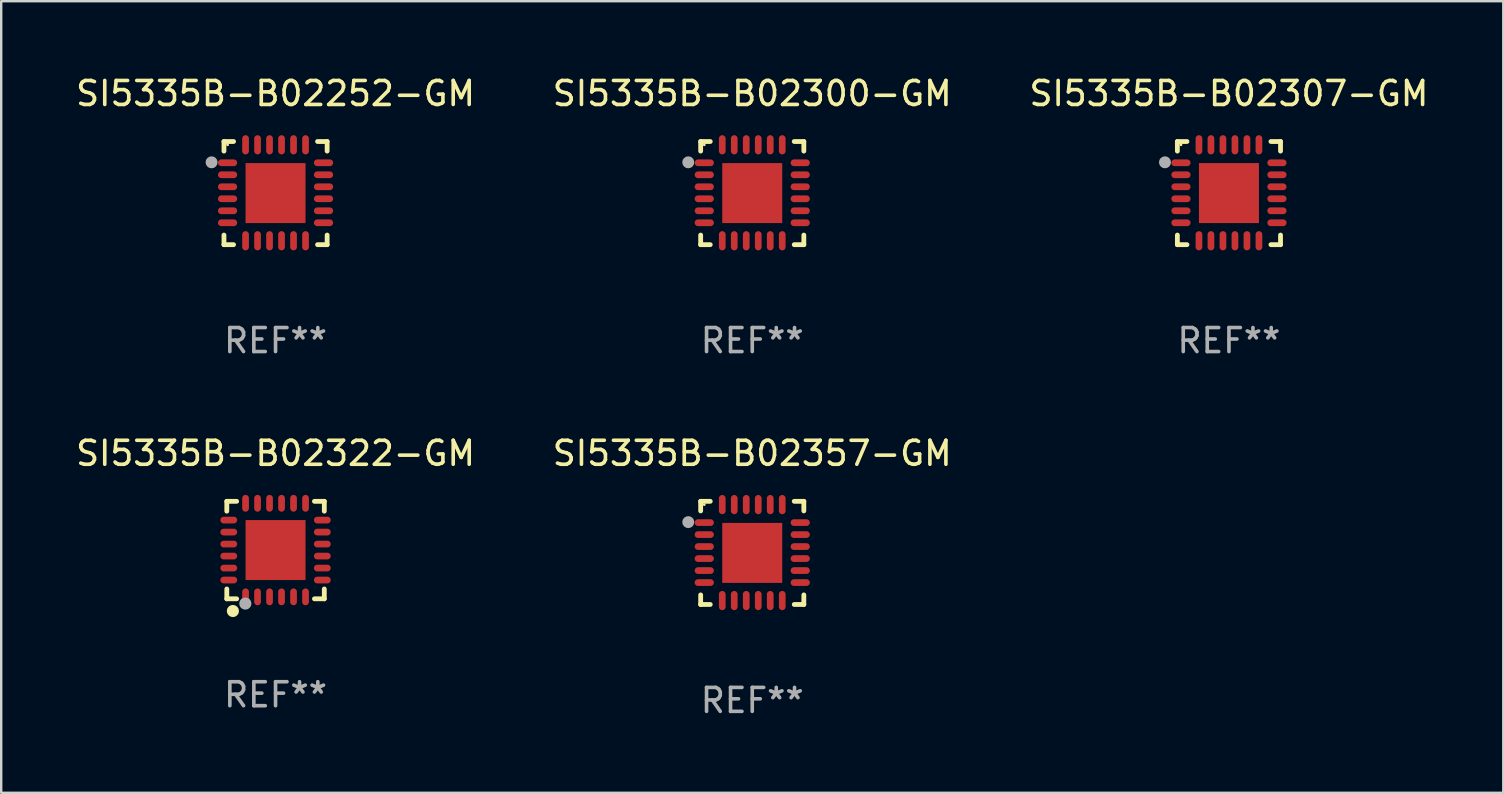
<source format=kicad_pcb>
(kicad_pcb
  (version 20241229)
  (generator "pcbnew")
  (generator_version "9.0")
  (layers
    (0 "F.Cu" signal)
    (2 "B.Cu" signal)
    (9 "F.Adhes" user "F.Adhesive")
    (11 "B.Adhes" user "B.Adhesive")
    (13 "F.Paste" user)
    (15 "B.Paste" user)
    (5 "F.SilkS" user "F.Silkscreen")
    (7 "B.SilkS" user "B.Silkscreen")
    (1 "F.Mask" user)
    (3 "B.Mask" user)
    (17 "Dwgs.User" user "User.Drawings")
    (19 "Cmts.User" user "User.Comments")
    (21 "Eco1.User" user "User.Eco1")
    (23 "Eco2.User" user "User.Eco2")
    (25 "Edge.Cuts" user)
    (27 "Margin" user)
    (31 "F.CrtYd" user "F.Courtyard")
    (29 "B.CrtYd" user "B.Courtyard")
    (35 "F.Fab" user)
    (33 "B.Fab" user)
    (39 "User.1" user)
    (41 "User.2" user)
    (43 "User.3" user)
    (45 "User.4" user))
  (footprint "SI5335B-B02300-GM"
    (layer "F.Cu")
    (at 28.304 4.998)
    (property "Reference" "SI5335B-B02300-GM" (at 0 -4.15 0) (layer "F.SilkS") (effects (font (size 1 1) (thickness 0.15))))
    (attr through_hole)
    (fp_line (start -2.15 -2.15) (end -1.75 -2.15) (stroke (width 0.2) (type solid)) (layer "F.SilkS"))
    (fp_line (start -2.15 -1.75) (end -2.15 -2.15) (stroke (width 0.2) (type solid)) (layer "F.SilkS"))
    (fp_line (start -2.15 2.15) (end -2.15 1.75) (stroke (width 0.2) (type solid)) (layer "F.SilkS"))
    (fp_line (start -1.75 2.15) (end -2.15 2.15) (stroke (width 0.2) (type solid)) (layer "F.SilkS"))
    (fp_line (start 1.75 -2.15) (end 2.15 -2.15) (stroke (width 0.2) (type solid)) (layer "F.SilkS"))
    (fp_line (start 1.75 2.15) (end 2.15 2.15) (stroke (width 0.2) (type solid)) (layer "F.SilkS"))
    (fp_line (start 2.15 -2.15) (end 2.15 -1.75) (stroke (width 0.2) (type solid)) (layer "F.SilkS"))
    (fp_line (start 2.15 2.15) (end 2.15 1.75) (stroke (width 0.2) (type solid)) (layer "F.SilkS"))
    (fp_circle (center -2 -2.013) (end -1.97 -2.013) (stroke (width 0.06) (type solid)) (fill no) (layer "F.SilkS"))
    (fp_circle (center -2.667 -1.283) (end -2.542 -1.283) (stroke (width 0.25) (type solid)) (fill no) (layer "F.Fab"))
    (fp_text user "REF**" (at 0 6.15 0) (layer "F.Fab") (effects (font (size 1 1) (thickness 0.15))))
    (pad "1" smd oval (at -2 -1.263) (size 0.8 0.28) (layers "F.Cu" "F.Mask" "F.Paste"))
    (pad "2" smd oval (at -2 -0.763) (size 0.8 0.28) (layers "F.Cu" "F.Mask" "F.Paste"))
    (pad "3" smd oval (at -2 -0.263) (size 0.8 0.28) (layers "F.Cu" "F.Mask" "F.Paste"))
    (pad "4" smd oval (at -2 0.237) (size 0.8 0.28) (layers "F.Cu" "F.Mask" "F.Paste"))
    (pad "5" smd oval (at -2 0.737) (size 0.8 0.28) (layers "F.Cu" "F.Mask" "F.Paste"))
    (pad "6" smd oval (at -2 1.237) (size 0.8 0.28) (layers "F.Cu" "F.Mask" "F.Paste"))
    (pad "7" smd oval (at -1.25 1.987) (size 0.28 0.8) (layers "F.Cu" "F.Mask" "F.Paste"))
    (pad "8" smd oval (at -0.75 1.987) (size 0.28 0.8) (layers "F.Cu" "F.Mask" "F.Paste"))
    (pad "9" smd oval (at -0.25 1.987) (size 0.28 0.8) (layers "F.Cu" "F.Mask" "F.Paste"))
    (pad "10" smd oval (at 0.25 1.987) (size 0.28 0.8) (layers "F.Cu" "F.Mask" "F.Paste"))
    (pad "11" smd oval (at 0.75 1.987) (size 0.28 0.8) (layers "F.Cu" "F.Mask" "F.Paste"))
    (pad "12" smd oval (at 1.25 1.987) (size 0.28 0.8) (layers "F.Cu" "F.Mask" "F.Paste"))
    (pad "13" smd oval (at 2 1.237) (size 0.8 0.28) (layers "F.Cu" "F.Mask" "F.Paste"))
    (pad "14" smd oval (at 2 0.737) (size 0.8 0.28) (layers "F.Cu" "F.Mask" "F.Paste"))
    (pad "15" smd oval (at 2 0.237) (size 0.8 0.28) (layers "F.Cu" "F.Mask" "F.Paste"))
    (pad "16" smd oval (at 2 -0.263) (size 0.8 0.28) (layers "F.Cu" "F.Mask" "F.Paste"))
    (pad "17" smd oval (at 2 -0.763) (size 0.8 0.28) (layers "F.Cu" "F.Mask" "F.Paste"))
    (pad "18" smd oval (at 2 -1.263) (size 0.8 0.28) (layers "F.Cu" "F.Mask" "F.Paste"))
    (pad "19" smd oval (at 1.25 -2.013) (size 0.28 0.8) (layers "F.Cu" "F.Mask" "F.Paste"))
    (pad "20" smd oval (at 0.75 -2.013) (size 0.28 0.8) (layers "F.Cu" "F.Mask" "F.Paste"))
    (pad "21" smd oval (at 0.25 -2.013) (size 0.28 0.8) (layers "F.Cu" "F.Mask" "F.Paste"))
    (pad "22" smd oval (at -0.25 -2.013) (size 0.28 0.8) (layers "F.Cu" "F.Mask" "F.Paste"))
    (pad "23" smd oval (at -0.75 -2.013) (size 0.28 0.8) (layers "F.Cu" "F.Mask" "F.Paste"))
    (pad "24" smd oval (at -1.25 -2.013) (size 0.28 0.8) (layers "F.Cu" "F.Mask" "F.Paste"))
    (pad "25" smd rect (at -0.000127 -0.00014) (size 2.5 2.5) (layers "F.Cu" "F.Mask" "F.Paste")))
  (footprint "SI5335B-B02307-GM"
    (layer "F.Cu")
    (at 48.173 4.998)
    (property "Reference" "SI5335B-B02307-GM" (at 0 -4.15 0) (layer "F.SilkS") (effects (font (size 1 1) (thickness 0.15))))
    (attr through_hole)
    (fp_line (start -2.15 -2.15) (end -1.75 -2.15) (stroke (width 0.2) (type solid)) (layer "F.SilkS"))
    (fp_line (start -2.15 -1.75) (end -2.15 -2.15) (stroke (width 0.2) (type solid)) (layer "F.SilkS"))
    (fp_line (start -2.15 2.15) (end -2.15 1.75) (stroke (width 0.2) (type solid)) (layer "F.SilkS"))
    (fp_line (start -1.75 2.15) (end -2.15 2.15) (stroke (width 0.2) (type solid)) (layer "F.SilkS"))
    (fp_line (start 1.75 -2.15) (end 2.15 -2.15) (stroke (width 0.2) (type solid)) (layer "F.SilkS"))
    (fp_line (start 1.75 2.15) (end 2.15 2.15) (stroke (width 0.2) (type solid)) (layer "F.SilkS"))
    (fp_line (start 2.15 -2.15) (end 2.15 -1.75) (stroke (width 0.2) (type solid)) (layer "F.SilkS"))
    (fp_line (start 2.15 2.15) (end 2.15 1.75) (stroke (width 0.2) (type solid)) (layer "F.SilkS"))
    (fp_circle (center -2 -2.013) (end -1.97 -2.013) (stroke (width 0.06) (type solid)) (fill no) (layer "F.SilkS"))
    (fp_circle (center -2.667 -1.283) (end -2.542 -1.283) (stroke (width 0.25) (type solid)) (fill no) (layer "F.Fab"))
    (fp_text user "REF**" (at 0 6.15 0) (layer "F.Fab") (effects (font (size 1 1) (thickness 0.15))))
    (pad "1" smd oval (at -2 -1.263) (size 0.8 0.28) (layers "F.Cu" "F.Mask" "F.Paste"))
    (pad "2" smd oval (at -2 -0.763) (size 0.8 0.28) (layers "F.Cu" "F.Mask" "F.Paste"))
    (pad "3" smd oval (at -2 -0.263) (size 0.8 0.28) (layers "F.Cu" "F.Mask" "F.Paste"))
    (pad "4" smd oval (at -2 0.237) (size 0.8 0.28) (layers "F.Cu" "F.Mask" "F.Paste"))
    (pad "5" smd oval (at -2 0.737) (size 0.8 0.28) (layers "F.Cu" "F.Mask" "F.Paste"))
    (pad "6" smd oval (at -2 1.237) (size 0.8 0.28) (layers "F.Cu" "F.Mask" "F.Paste"))
    (pad "7" smd oval (at -1.25 1.987) (size 0.28 0.8) (layers "F.Cu" "F.Mask" "F.Paste"))
    (pad "8" smd oval (at -0.75 1.987) (size 0.28 0.8) (layers "F.Cu" "F.Mask" "F.Paste"))
    (pad "9" smd oval (at -0.25 1.987) (size 0.28 0.8) (layers "F.Cu" "F.Mask" "F.Paste"))
    (pad "10" smd oval (at 0.25 1.987) (size 0.28 0.8) (layers "F.Cu" "F.Mask" "F.Paste"))
    (pad "11" smd oval (at 0.75 1.987) (size 0.28 0.8) (layers "F.Cu" "F.Mask" "F.Paste"))
    (pad "12" smd oval (at 1.25 1.987) (size 0.28 0.8) (layers "F.Cu" "F.Mask" "F.Paste"))
    (pad "13" smd oval (at 2 1.237) (size 0.8 0.28) (layers "F.Cu" "F.Mask" "F.Paste"))
    (pad "14" smd oval (at 2 0.737) (size 0.8 0.28) (layers "F.Cu" "F.Mask" "F.Paste"))
    (pad "15" smd oval (at 2 0.237) (size 0.8 0.28) (layers "F.Cu" "F.Mask" "F.Paste"))
    (pad "16" smd oval (at 2 -0.263) (size 0.8 0.28) (layers "F.Cu" "F.Mask" "F.Paste"))
    (pad "17" smd oval (at 2 -0.763) (size 0.8 0.28) (layers "F.Cu" "F.Mask" "F.Paste"))
    (pad "18" smd oval (at 2 -1.263) (size 0.8 0.28) (layers "F.Cu" "F.Mask" "F.Paste"))
    (pad "19" smd oval (at 1.25 -2.013) (size 0.28 0.8) (layers "F.Cu" "F.Mask" "F.Paste"))
    (pad "20" smd oval (at 0.75 -2.013) (size 0.28 0.8) (layers "F.Cu" "F.Mask" "F.Paste"))
    (pad "21" smd oval (at 0.25 -2.013) (size 0.28 0.8) (layers "F.Cu" "F.Mask" "F.Paste"))
    (pad "22" smd oval (at -0.25 -2.013) (size 0.28 0.8) (layers "F.Cu" "F.Mask" "F.Paste"))
    (pad "23" smd oval (at -0.75 -2.013) (size 0.28 0.8) (layers "F.Cu" "F.Mask" "F.Paste"))
    (pad "24" smd oval (at -1.25 -2.013) (size 0.28 0.8) (layers "F.Cu" "F.Mask" "F.Paste"))
    (pad "25" smd rect (at -0.000127 -0.00014) (size 2.5 2.5) (layers "F.Cu" "F.Mask" "F.Paste")))
  (footprint "SI5335B-B02322-GM"
    (layer "F.Cu")
    (at 8.435 19.877)
    (property "Reference" "SI5335B-B02322-GM" (at 0 -4.032 0) (layer "F.SilkS") (effects (font (size 1 1) (thickness 0.15))))
    (attr through_hole)
    (fp_line (start -2.032 -2.032) (end -1.621 -2.032) (stroke (width 0.2) (type solid)) (layer "F.SilkS"))
    (fp_line (start -2.032 -1.621) (end -2.032 -2.032) (stroke (width 0.2) (type solid)) (layer "F.SilkS"))
    (fp_line (start -2.032 2.032) (end -2.032 1.621) (stroke (width 0.2) (type solid)) (layer "F.SilkS"))
    (fp_line (start -1.621 2.032) (end -2.032 2.032) (stroke (width 0.2) (type solid)) (layer "F.SilkS"))
    (fp_line (start 1.621 -2.032) (end 2.032 -2.032) (stroke (width 0.2) (type solid)) (layer "F.SilkS"))
    (fp_line (start 2.032 -2.032) (end 2.032 -1.621) (stroke (width 0.2) (type solid)) (layer "F.SilkS"))
    (fp_line (start 2.032 1.621) (end 2.032 2.032) (stroke (width 0.2) (type solid)) (layer "F.SilkS"))
    (fp_line (start 2.032 2.032) (end 1.621 2.032) (stroke (width 0.2) (type solid)) (layer "F.SilkS"))
    (fp_circle (center -2 2) (end -1.97 2) (stroke (width 0.06) (type solid)) (fill no) (layer "F.SilkS"))
    (fp_circle (center -1.778 2.54) (end -1.651 2.54) (stroke (width 0.254) (type solid)) (fill no) (layer "F.SilkS"))
    (fp_circle (center -1.26 2.23) (end -1.133 2.23) (stroke (width 0.254) (type solid)) (fill no) (layer "F.Fab"))
    (fp_text user "REF**" (at 0 6.032 0) (layer "F.Fab") (effects (font (size 1 1) (thickness 0.15))))
    (pad "1" smd oval (at -1.25 1.95 180) (size 0.28 0.7) (layers "F.Cu" "F.Mask" "F.Paste"))
    (pad "2" smd oval (at -0.75 1.95 180) (size 0.28 0.7) (layers "F.Cu" "F.Mask" "F.Paste"))
    (pad "3" smd oval (at -0.25 1.95 180) (size 0.28 0.7) (layers "F.Cu" "F.Mask" "F.Paste"))
    (pad "4" smd oval (at 0.25 1.95 180) (size 0.28 0.7) (layers "F.Cu" "F.Mask" "F.Paste"))
    (pad "5" smd oval (at 0.75 1.95 180) (size 0.28 0.7) (layers "F.Cu" "F.Mask" "F.Paste"))
    (pad "6" smd oval (at 1.25 1.95 180) (size 0.28 0.7) (layers "F.Cu" "F.Mask" "F.Paste"))
    (pad "7" smd oval (at 1.95 1.25 270) (size 0.28 0.7) (layers "F.Cu" "F.Mask" "F.Paste"))
    (pad "8" smd oval (at 1.95 0.75 270) (size 0.28 0.7) (layers "F.Cu" "F.Mask" "F.Paste"))
    (pad "9" smd oval (at 1.95 0.25 270) (size 0.28 0.7) (layers "F.Cu" "F.Mask" "F.Paste"))
    (pad "10" smd oval (at 1.95 -0.25 270) (size 0.28 0.7) (layers "F.Cu" "F.Mask" "F.Paste"))
    (pad "11" smd oval (at 1.95 -0.75 270) (size 0.28 0.7) (layers "F.Cu" "F.Mask" "F.Paste"))
    (pad "12" smd oval (at 1.95 -1.25 270) (size 0.28 0.7) (layers "F.Cu" "F.Mask" "F.Paste"))
    (pad "13" smd oval (at 1.25 -1.95) (size 0.28 0.7) (layers "F.Cu" "F.Mask" "F.Paste"))
    (pad "14" smd oval (at 0.75 -1.95) (size 0.28 0.7) (layers "F.Cu" "F.Mask" "F.Paste"))
    (pad "15" smd oval (at 0.25 -1.95) (size 0.28 0.7) (layers "F.Cu" "F.Mask" "F.Paste"))
    (pad "16" smd oval (at -0.25 -1.95) (size 0.28 0.7) (layers "F.Cu" "F.Mask" "F.Paste"))
    (pad "17" smd oval (at -0.75 -1.95) (size 0.28 0.7) (layers "F.Cu" "F.Mask" "F.Paste"))
    (pad "18" smd oval (at -1.25 -1.95) (size 0.28 0.7) (layers "F.Cu" "F.Mask" "F.Paste"))
    (pad "19" smd oval (at -1.95 -1.25 90) (size 0.28 0.7) (layers "F.Cu" "F.Mask" "F.Paste"))
    (pad "20" smd oval (at -1.95 -0.75 90) (size 0.28 0.7) (layers "F.Cu" "F.Mask" "F.Paste"))
    (pad "21" smd oval (at -1.95 -0.25 90) (size 0.28 0.7) (layers "F.Cu" "F.Mask" "F.Paste"))
    (pad "22" smd oval (at -1.95 0.25 90) (size 0.28 0.7) (layers "F.Cu" "F.Mask" "F.Paste"))
    (pad "23" smd oval (at -1.95 0.75 90) (size 0.28 0.7) (layers "F.Cu" "F.Mask" "F.Paste"))
    (pad "24" smd oval (at -1.95 1.25 90) (size 0.28 0.7) (layers "F.Cu" "F.Mask" "F.Paste"))
    (pad "25" smd rect (at -0.000178 0.000025 90) (size 2.5 2.5) (layers "F.Cu" "F.Mask" "F.Paste")))
  (footprint "SI5335B-B02357-GM"
    (layer "F.Cu")
    (at 28.304 19.995)
    (property "Reference" "SI5335B-B02357-GM" (at 0 -4.15 0) (layer "F.SilkS") (effects (font (size 1 1) (thickness 0.15))))
    (attr through_hole)
    (fp_line (start -2.15 -2.15) (end -1.75 -2.15) (stroke (width 0.2) (type solid)) (layer "F.SilkS"))
    (fp_line (start -2.15 -1.75) (end -2.15 -2.15) (stroke (width 0.2) (type solid)) (layer "F.SilkS"))
    (fp_line (start -2.15 2.15) (end -2.15 1.75) (stroke (width 0.2) (type solid)) (layer "F.SilkS"))
    (fp_line (start -1.75 2.15) (end -2.15 2.15) (stroke (width 0.2) (type solid)) (layer "F.SilkS"))
    (fp_line (start 1.75 -2.15) (end 2.15 -2.15) (stroke (width 0.2) (type solid)) (layer "F.SilkS"))
    (fp_line (start 1.75 2.15) (end 2.15 2.15) (stroke (width 0.2) (type solid)) (layer "F.SilkS"))
    (fp_line (start 2.15 -2.15) (end 2.15 -1.75) (stroke (width 0.2) (type solid)) (layer "F.SilkS"))
    (fp_line (start 2.15 2.15) (end 2.15 1.75) (stroke (width 0.2) (type solid)) (layer "F.SilkS"))
    (fp_circle (center -2 -2.013) (end -1.97 -2.013) (stroke (width 0.06) (type solid)) (fill no) (layer "F.SilkS"))
    (fp_circle (center -2.667 -1.283) (end -2.542 -1.283) (stroke (width 0.25) (type solid)) (fill no) (layer "F.Fab"))
    (fp_text user "REF**" (at 0 6.15 0) (layer "F.Fab") (effects (font (size 1 1) (thickness 0.15))))
    (pad "1" smd oval (at -2 -1.263) (size 0.8 0.28) (layers "F.Cu" "F.Mask" "F.Paste"))
    (pad "2" smd oval (at -2 -0.763) (size 0.8 0.28) (layers "F.Cu" "F.Mask" "F.Paste"))
    (pad "3" smd oval (at -2 -0.263) (size 0.8 0.28) (layers "F.Cu" "F.Mask" "F.Paste"))
    (pad "4" smd oval (at -2 0.237) (size 0.8 0.28) (layers "F.Cu" "F.Mask" "F.Paste"))
    (pad "5" smd oval (at -2 0.737) (size 0.8 0.28) (layers "F.Cu" "F.Mask" "F.Paste"))
    (pad "6" smd oval (at -2 1.237) (size 0.8 0.28) (layers "F.Cu" "F.Mask" "F.Paste"))
    (pad "7" smd oval (at -1.25 1.987) (size 0.28 0.8) (layers "F.Cu" "F.Mask" "F.Paste"))
    (pad "8" smd oval (at -0.75 1.987) (size 0.28 0.8) (layers "F.Cu" "F.Mask" "F.Paste"))
    (pad "9" smd oval (at -0.25 1.987) (size 0.28 0.8) (layers "F.Cu" "F.Mask" "F.Paste"))
    (pad "10" smd oval (at 0.25 1.987) (size 0.28 0.8) (layers "F.Cu" "F.Mask" "F.Paste"))
    (pad "11" smd oval (at 0.75 1.987) (size 0.28 0.8) (layers "F.Cu" "F.Mask" "F.Paste"))
    (pad "12" smd oval (at 1.25 1.987) (size 0.28 0.8) (layers "F.Cu" "F.Mask" "F.Paste"))
    (pad "13" smd oval (at 2 1.237) (size 0.8 0.28) (layers "F.Cu" "F.Mask" "F.Paste"))
    (pad "14" smd oval (at 2 0.737) (size 0.8 0.28) (layers "F.Cu" "F.Mask" "F.Paste"))
    (pad "15" smd oval (at 2 0.237) (size 0.8 0.28) (layers "F.Cu" "F.Mask" "F.Paste"))
    (pad "16" smd oval (at 2 -0.263) (size 0.8 0.28) (layers "F.Cu" "F.Mask" "F.Paste"))
    (pad "17" smd oval (at 2 -0.763) (size 0.8 0.28) (layers "F.Cu" "F.Mask" "F.Paste"))
    (pad "18" smd oval (at 2 -1.263) (size 0.8 0.28) (layers "F.Cu" "F.Mask" "F.Paste"))
    (pad "19" smd oval (at 1.25 -2.013) (size 0.28 0.8) (layers "F.Cu" "F.Mask" "F.Paste"))
    (pad "20" smd oval (at 0.75 -2.013) (size 0.28 0.8) (layers "F.Cu" "F.Mask" "F.Paste"))
    (pad "21" smd oval (at 0.25 -2.013) (size 0.28 0.8) (layers "F.Cu" "F.Mask" "F.Paste"))
    (pad "22" smd oval (at -0.25 -2.013) (size 0.28 0.8) (layers "F.Cu" "F.Mask" "F.Paste"))
    (pad "23" smd oval (at -0.75 -2.013) (size 0.28 0.8) (layers "F.Cu" "F.Mask" "F.Paste"))
    (pad "24" smd oval (at -1.25 -2.013) (size 0.28 0.8) (layers "F.Cu" "F.Mask" "F.Paste"))
    (pad "25" smd rect (at -0.000127 -0.00014) (size 2.5 2.5) (layers "F.Cu" "F.Mask" "F.Paste")))
  (footprint "SI5335B-B02252-GM"
    (layer "F.Cu")
    (at 8.435 4.998)
    (property "Reference" "SI5335B-B02252-GM" (at 0 -4.15 0) (layer "F.SilkS") (effects (font (size 1 1) (thickness 0.15))))
    (attr through_hole)
    (fp_line (start -2.15 -2.15) (end -1.75 -2.15) (stroke (width 0.2) (type solid)) (layer "F.SilkS"))
    (fp_line (start -2.15 -1.75) (end -2.15 -2.15) (stroke (width 0.2) (type solid)) (layer "F.SilkS"))
    (fp_line (start -2.15 2.15) (end -2.15 1.75) (stroke (width 0.2) (type solid)) (layer "F.SilkS"))
    (fp_line (start -1.75 2.15) (end -2.15 2.15) (stroke (width 0.2) (type solid)) (layer "F.SilkS"))
    (fp_line (start 1.75 -2.15) (end 2.15 -2.15) (stroke (width 0.2) (type solid)) (layer "F.SilkS"))
    (fp_line (start 1.75 2.15) (end 2.15 2.15) (stroke (width 0.2) (type solid)) (layer "F.SilkS"))
    (fp_line (start 2.15 -2.15) (end 2.15 -1.75) (stroke (width 0.2) (type solid)) (layer "F.SilkS"))
    (fp_line (start 2.15 2.15) (end 2.15 1.75) (stroke (width 0.2) (type solid)) (layer "F.SilkS"))
    (fp_circle (center -2 -2.013) (end -1.97 -2.013) (stroke (width 0.06) (type solid)) (fill no) (layer "F.SilkS"))
    (fp_circle (center -2.667 -1.283) (end -2.542 -1.283) (stroke (width 0.25) (type solid)) (fill no) (layer "F.Fab"))
    (fp_text user "REF**" (at 0 6.15 0) (layer "F.Fab") (effects (font (size 1 1) (thickness 0.15))))
    (pad "1" smd oval (at -2 -1.263) (size 0.8 0.28) (layers "F.Cu" "F.Mask" "F.Paste"))
    (pad "2" smd oval (at -2 -0.763) (size 0.8 0.28) (layers "F.Cu" "F.Mask" "F.Paste"))
    (pad "3" smd oval (at -2 -0.263) (size 0.8 0.28) (layers "F.Cu" "F.Mask" "F.Paste"))
    (pad "4" smd oval (at -2 0.237) (size 0.8 0.28) (layers "F.Cu" "F.Mask" "F.Paste"))
    (pad "5" smd oval (at -2 0.737) (size 0.8 0.28) (layers "F.Cu" "F.Mask" "F.Paste"))
    (pad "6" smd oval (at -2 1.237) (size 0.8 0.28) (layers "F.Cu" "F.Mask" "F.Paste"))
    (pad "7" smd oval (at -1.25 1.987) (size 0.28 0.8) (layers "F.Cu" "F.Mask" "F.Paste"))
    (pad "8" smd oval (at -0.75 1.987) (size 0.28 0.8) (layers "F.Cu" "F.Mask" "F.Paste"))
    (pad "9" smd oval (at -0.25 1.987) (size 0.28 0.8) (layers "F.Cu" "F.Mask" "F.Paste"))
    (pad "10" smd oval (at 0.25 1.987) (size 0.28 0.8) (layers "F.Cu" "F.Mask" "F.Paste"))
    (pad "11" smd oval (at 0.75 1.987) (size 0.28 0.8) (layers "F.Cu" "F.Mask" "F.Paste"))
    (pad "12" smd oval (at 1.25 1.987) (size 0.28 0.8) (layers "F.Cu" "F.Mask" "F.Paste"))
    (pad "13" smd oval (at 2 1.237) (size 0.8 0.28) (layers "F.Cu" "F.Mask" "F.Paste"))
    (pad "14" smd oval (at 2 0.737) (size 0.8 0.28) (layers "F.Cu" "F.Mask" "F.Paste"))
    (pad "15" smd oval (at 2 0.237) (size 0.8 0.28) (layers "F.Cu" "F.Mask" "F.Paste"))
    (pad "16" smd oval (at 2 -0.263) (size 0.8 0.28) (layers "F.Cu" "F.Mask" "F.Paste"))
    (pad "17" smd oval (at 2 -0.763) (size 0.8 0.28) (layers "F.Cu" "F.Mask" "F.Paste"))
    (pad "18" smd oval (at 2 -1.263) (size 0.8 0.28) (layers "F.Cu" "F.Mask" "F.Paste"))
    (pad "19" smd oval (at 1.25 -2.013) (size 0.28 0.8) (layers "F.Cu" "F.Mask" "F.Paste"))
    (pad "20" smd oval (at 0.75 -2.013) (size 0.28 0.8) (layers "F.Cu" "F.Mask" "F.Paste"))
    (pad "21" smd oval (at 0.25 -2.013) (size 0.28 0.8) (layers "F.Cu" "F.Mask" "F.Paste"))
    (pad "22" smd oval (at -0.25 -2.013) (size 0.28 0.8) (layers "F.Cu" "F.Mask" "F.Paste"))
    (pad "23" smd oval (at -0.75 -2.013) (size 0.28 0.8) (layers "F.Cu" "F.Mask" "F.Paste"))
    (pad "24" smd oval (at -1.25 -2.013) (size 0.28 0.8) (layers "F.Cu" "F.Mask" "F.Paste"))
    (pad "25" smd rect (at -0.000127 -0.00014) (size 2.5 2.5) (layers "F.Cu" "F.Mask" "F.Paste")))
  (gr_rect
    (start -3 -3)
    (end 59.607 29.993)
    (stroke (width 0.1) (type default))
    (fill no)
    (layer "Edge.Cuts")))
</source>
